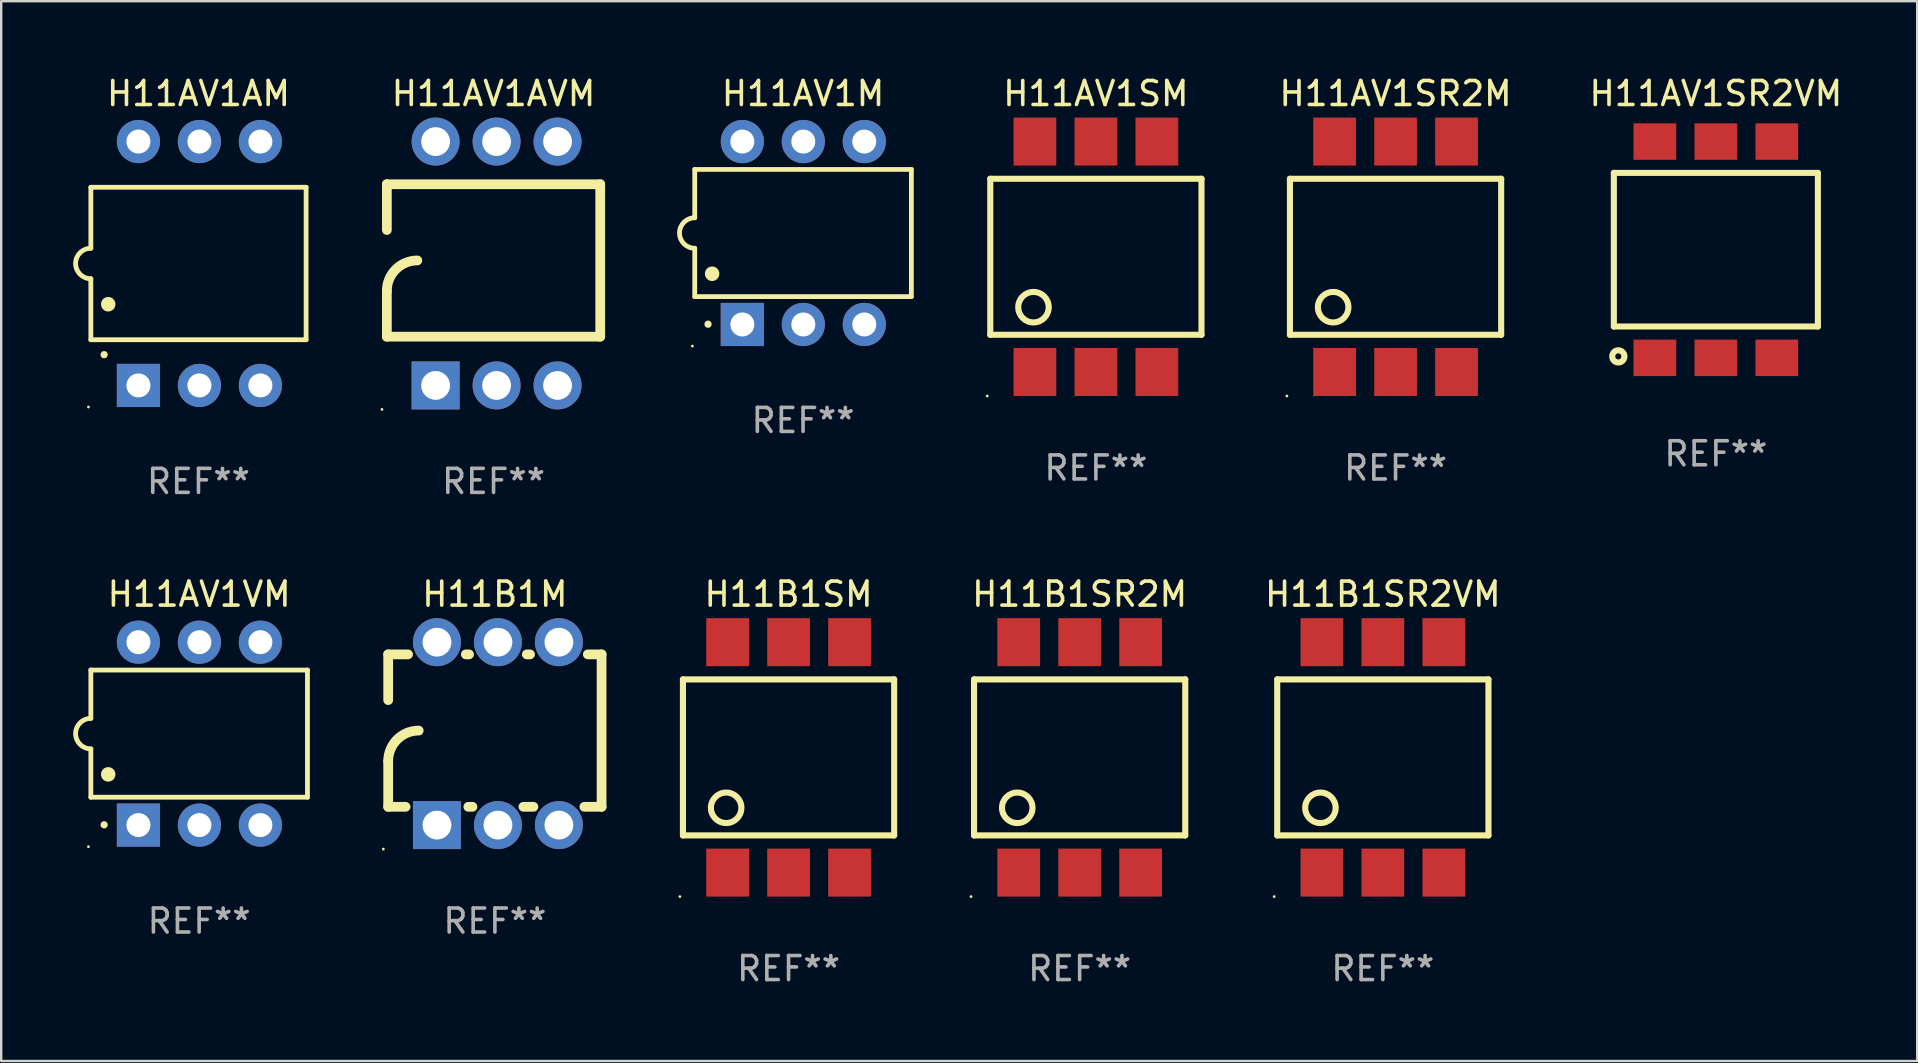
<source format=kicad_pcb>
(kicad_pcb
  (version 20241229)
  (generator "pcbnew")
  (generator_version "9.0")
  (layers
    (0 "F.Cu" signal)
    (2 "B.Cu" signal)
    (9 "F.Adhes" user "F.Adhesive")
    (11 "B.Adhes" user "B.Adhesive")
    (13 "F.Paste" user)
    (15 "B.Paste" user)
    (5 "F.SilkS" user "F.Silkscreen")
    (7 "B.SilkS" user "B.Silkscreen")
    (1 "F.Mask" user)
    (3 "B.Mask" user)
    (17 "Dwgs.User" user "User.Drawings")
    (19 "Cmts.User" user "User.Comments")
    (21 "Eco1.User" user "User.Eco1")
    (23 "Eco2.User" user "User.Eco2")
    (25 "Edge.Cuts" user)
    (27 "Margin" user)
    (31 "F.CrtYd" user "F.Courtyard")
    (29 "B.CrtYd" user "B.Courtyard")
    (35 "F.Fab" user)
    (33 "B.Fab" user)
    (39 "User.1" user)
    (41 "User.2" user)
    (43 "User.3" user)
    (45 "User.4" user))
  (footprint "H11AV1AVM"
    (layer "F.Cu")
    (at 17.512 7.928)
    (property "Reference" "H11AV1AVM" (at 0 -7.08 0) (layer "F.SilkS") (effects (font (size 1 1) (thickness 0.15))))
    (attr through_hole)
    (fp_line (start -4.445 -3.302) (end 4.445 -3.302) (stroke (width 0.406) (type solid)) (layer "F.SilkS"))
    (fp_line (start -4.445 -1.397) (end -4.445 -3.302) (stroke (width 0.406) (type solid)) (layer "F.SilkS"))
    (fp_line (start -4.445 3.048) (end -4.445 1.143) (stroke (width 0.406) (type solid)) (layer "F.SilkS"))
    (fp_line (start -4.445 3.048) (end 4.445 3.048) (stroke (width 0.406) (type solid)) (layer "F.SilkS"))
    (fp_line (start 4.445 -3.302) (end 4.445 3.048) (stroke (width 0.406) (type solid)) (layer "F.SilkS"))
    (fp_arc (start -4.444983 1.143002) (mid -4.073008 0.244974) (end -3.17498 -0.127) (stroke (width 0.4064) (type solid)) (layer "F.SilkS"))
    (fp_circle (center -4.648 6.08) (end -4.618 6.08) (stroke (width 0.06) (type solid)) (fill no) (layer "F.SilkS"))
    (fp_text user "REF**" (at 0 9.08 0) (layer "F.Fab") (effects (font (size 1 1) (thickness 0.15))))
    (pad "1" thru_hole rect (at -2.413 5.08 90) (size 2 2) (drill 1.2) (layers "*.Cu" "*.Mask"))
    (pad "2" thru_hole circle (at 0.127 5.08) (size 2 2) (drill 1.2) (layers "*.Cu" "*.Mask"))
    (pad "3" thru_hole circle (at 2.667 5.08) (size 2 2) (drill 1.2) (layers "*.Cu" "*.Mask"))
    (pad "4" thru_hole circle (at 2.667 -5.08) (size 2 2) (drill 1.2) (layers "*.Cu" "*.Mask"))
    (pad "5" thru_hole circle (at 0.127 -5.08) (size 2 2) (drill 1.2) (layers "*.Cu" "*.Mask"))
    (pad "6" thru_hole circle (at -2.413 -5.08) (size 2 2) (drill 1.2) (layers "*.Cu" "*.Mask")))
  (footprint "H11AV1SR2M"
    (layer "F.Cu")
    (at 55.092 7.648)
    (property "Reference" "H11AV1SR2M" (at 0 -6.8 0) (layer "F.SilkS") (effects (font (size 1 1) (thickness 0.15))))
    (attr through_hole)
    (fp_line (start -4.4 -3.25) (end -4.4 3.25) (stroke (width 0.254) (type solid)) (layer "F.SilkS"))
    (fp_line (start -4.4 -3.25) (end 4.4 -3.25) (stroke (width 0.254) (type solid)) (layer "F.SilkS"))
    (fp_line (start 4.4 3.25) (end -4.4 3.25) (stroke (width 0.254) (type solid)) (layer "F.SilkS"))
    (fp_line (start 4.4 3.25) (end 4.4 -3.25) (stroke (width 0.254) (type solid)) (layer "F.SilkS"))
    (fp_circle (center -4.527 5.8) (end -4.497 5.8) (stroke (width 0.06) (type solid)) (fill no) (layer "F.SilkS"))
    (fp_circle (center -2.6 2.1) (end -1.965 2.1) (stroke (width 0.254) (type solid)) (fill no) (layer "F.SilkS"))
    (fp_text user "REF**" (at 0 8.8 0) (layer "F.Fab") (effects (font (size 1 1) (thickness 0.15))))
    (pad "1" smd rect (at -2.539 4.8) (size 1.78 2) (layers "F.Cu" "F.Mask" "F.Paste"))
    (pad "2" smd rect (at 0.001 4.8) (size 1.78 2) (layers "F.Cu" "F.Mask" "F.Paste"))
    (pad "3" smd rect (at 2.541 4.8) (size 1.78 2) (layers "F.Cu" "F.Mask" "F.Paste"))
    (pad "4" smd rect (at 2.541 -4.8) (size 1.78 2) (layers "F.Cu" "F.Mask" "F.Paste"))
    (pad "5" smd rect (at 0.001 -4.8) (size 1.78 2) (layers "F.Cu" "F.Mask" "F.Paste"))
    (pad "6" smd rect (at -2.539 -4.8) (size 1.78 2) (layers "F.Cu" "F.Mask" "F.Paste")))
  (footprint "H11B1SR2M"
    (layer "F.Cu")
    (at 41.931 28.505)
    (property "Reference" "H11B1SR2M" (at 0 -6.8 0) (layer "F.SilkS") (effects (font (size 1 1) (thickness 0.15))))
    (attr through_hole)
    (fp_line (start -4.4 -3.25) (end -4.4 3.25) (stroke (width 0.254) (type solid)) (layer "F.SilkS"))
    (fp_line (start -4.4 -3.25) (end 4.4 -3.25) (stroke (width 0.254) (type solid)) (layer "F.SilkS"))
    (fp_line (start 4.4 3.25) (end -4.4 3.25) (stroke (width 0.254) (type solid)) (layer "F.SilkS"))
    (fp_line (start 4.4 3.25) (end 4.4 -3.25) (stroke (width 0.254) (type solid)) (layer "F.SilkS"))
    (fp_circle (center -4.527 5.8) (end -4.497 5.8) (stroke (width 0.06) (type solid)) (fill no) (layer "F.SilkS"))
    (fp_circle (center -2.6 2.1) (end -1.965 2.1) (stroke (width 0.254) (type solid)) (fill no) (layer "F.SilkS"))
    (fp_text user "REF**" (at 0 8.8 0) (layer "F.Fab") (effects (font (size 1 1) (thickness 0.15))))
    (pad "1" smd rect (at -2.539 4.8) (size 1.78 2) (layers "F.Cu" "F.Mask" "F.Paste"))
    (pad "2" smd rect (at 0.001 4.8) (size 1.78 2) (layers "F.Cu" "F.Mask" "F.Paste"))
    (pad "3" smd rect (at 2.541 4.8) (size 1.78 2) (layers "F.Cu" "F.Mask" "F.Paste"))
    (pad "4" smd rect (at 2.541 -4.8) (size 1.78 2) (layers "F.Cu" "F.Mask" "F.Paste"))
    (pad "5" smd rect (at 0.001 -4.8) (size 1.78 2) (layers "F.Cu" "F.Mask" "F.Paste"))
    (pad "6" smd rect (at -2.539 -4.8) (size 1.78 2) (layers "F.Cu" "F.Mask" "F.Paste")))
  (footprint "H11B1SR2VM"
    (layer "F.Cu")
    (at 54.562 28.505)
    (property "Reference" "H11B1SR2VM" (at 0 -6.8 0) (layer "F.SilkS") (effects (font (size 1 1) (thickness 0.15))))
    (attr through_hole)
    (fp_line (start -4.4 -3.25) (end -4.4 3.25) (stroke (width 0.254) (type solid)) (layer "F.SilkS"))
    (fp_line (start -4.4 -3.25) (end 4.4 -3.25) (stroke (width 0.254) (type solid)) (layer "F.SilkS"))
    (fp_line (start 4.4 3.25) (end -4.4 3.25) (stroke (width 0.254) (type solid)) (layer "F.SilkS"))
    (fp_line (start 4.4 3.25) (end 4.4 -3.25) (stroke (width 0.254) (type solid)) (layer "F.SilkS"))
    (fp_circle (center -4.527 5.8) (end -4.497 5.8) (stroke (width 0.06) (type solid)) (fill no) (layer "F.SilkS"))
    (fp_circle (center -2.6 2.1) (end -1.965 2.1) (stroke (width 0.254) (type solid)) (fill no) (layer "F.SilkS"))
    (fp_text user "REF**" (at 0 8.8 0) (layer "F.Fab") (effects (font (size 1 1) (thickness 0.15))))
    (pad "1" smd rect (at -2.539 4.8) (size 1.78 2) (layers "F.Cu" "F.Mask" "F.Paste"))
    (pad "2" smd rect (at 0.001 4.8) (size 1.78 2) (layers "F.Cu" "F.Mask" "F.Paste"))
    (pad "3" smd rect (at 2.541 4.8) (size 1.78 2) (layers "F.Cu" "F.Mask" "F.Paste"))
    (pad "4" smd rect (at 2.541 -4.8) (size 1.78 2) (layers "F.Cu" "F.Mask" "F.Paste"))
    (pad "5" smd rect (at 0.001 -4.8) (size 1.78 2) (layers "F.Cu" "F.Mask" "F.Paste"))
    (pad "6" smd rect (at -2.539 -4.8) (size 1.78 2) (layers "F.Cu" "F.Mask" "F.Paste")))
  (footprint "H11AV1VM"
    (layer "F.Cu")
    (at 5.247 27.515)
    (property "Reference" "H11AV1VM" (at 0 -5.81 0) (layer "F.SilkS") (effects (font (size 1 1) (thickness 0.15))))
    (attr through_hole)
    (fp_line (start -4.512 -2.649) (end 4.512 -2.649) (stroke (width 0.2) (type solid)) (layer "F.SilkS"))
    (fp_line (start -4.512 -0.635) (end -4.512 -2.649) (stroke (width 0.2) (type solid)) (layer "F.SilkS"))
    (fp_line (start -4.512 2.649) (end -4.512 0.635) (stroke (width 0.2) (type solid)) (layer "F.SilkS"))
    (fp_line (start 4.512 -2.649) (end 4.512 2.649) (stroke (width 0.2) (type solid)) (layer "F.SilkS"))
    (fp_line (start 4.512 2.649) (end -4.512 2.649) (stroke (width 0.2) (type solid)) (layer "F.SilkS"))
    (fp_arc (start -4.512319 0.635001) (mid -5.14732 0) (end -4.512319 -0.635001) (stroke (width 0.2) (type solid)) (layer "F.SilkS"))
    (fp_arc (start -3.958598 3.799848) (mid -3.958603 3.798578) (end -3.958598 3.797308) (stroke (width 0.3) (type solid)) (layer "F.SilkS"))
    (fp_arc (start -3.788418 1.699263) (mid -3.788429 1.696723) (end -3.788418 1.694183) (stroke (width 0.6) (type solid)) (layer "F.SilkS"))
    (fp_circle (center -4.612 4.71) (end -4.582 4.71) (stroke (width 0.06) (type solid)) (fill no) (layer "F.SilkS"))
    (fp_text user "REF**" (at 0 7.81 0) (layer "F.Fab") (effects (font (size 1 1) (thickness 0.15))))
    (pad "1" thru_hole rect (at -2.529 3.81 90) (size 1.8 1.8) (drill 1) (layers "*.Cu" "*.Mask"))
    (pad "2" thru_hole circle (at 0.011 3.81) (size 1.8 1.8) (drill 1) (layers "*.Cu" "*.Mask"))
    (pad "3" thru_hole circle (at 2.551 3.81) (size 1.8 1.8) (drill 1) (layers "*.Cu" "*.Mask"))
    (pad "4" thru_hole circle (at 2.551 -3.81) (size 1.8 1.8) (drill 1) (layers "*.Cu" "*.Mask"))
    (pad "5" thru_hole circle (at 0.011 -3.81) (size 1.8 1.8) (drill 1) (layers "*.Cu" "*.Mask"))
    (pad "6" thru_hole circle (at -2.529 -3.81) (size 1.8 1.8) (drill 1) (layers "*.Cu" "*.Mask")))
  (footprint "H11AV1AM"
    (layer "F.Cu")
    (at 5.219 7.928)
    (property "Reference" "H11AV1AM" (at 0 -7.08 0) (layer "F.SilkS") (effects (font (size 1 1) (thickness 0.15))))
    (attr through_hole)
    (fp_line (start -4.484 -3.175) (end 4.484 -3.175) (stroke (width 0.2) (type solid)) (layer "F.SilkS"))
    (fp_line (start -4.484 -0.635) (end -4.484 -3.175) (stroke (width 0.2) (type solid)) (layer "F.SilkS"))
    (fp_line (start -4.484 0.635) (end -4.484 3.175) (stroke (width 0.2) (type solid)) (layer "F.SilkS"))
    (fp_line (start -4.484 3.175) (end 4.484 3.175) (stroke (width 0.2) (type solid)) (layer "F.SilkS"))
    (fp_line (start 4.484 -3.175) (end 4.484 3.175) (stroke (width 0.2) (type solid)) (layer "F.SilkS"))
    (fp_arc (start -4.484379 0.635001) (mid -5.11938 0) (end -4.484379 -0.635001) (stroke (width 0.2) (type solid)) (layer "F.SilkS"))
    (fp_arc (start -3.930658 3.799848) (mid -3.930663 3.798578) (end -3.930658 3.797308) (stroke (width 0.3) (type solid)) (layer "F.SilkS"))
    (fp_arc (start -3.760478 1.699263) (mid -3.760489 1.696723) (end -3.760478 1.694183) (stroke (width 0.6) (type solid)) (layer "F.SilkS"))
    (fp_circle (center -4.584 5.98) (end -4.554 5.98) (stroke (width 0.06) (type solid)) (fill no) (layer "F.SilkS"))
    (fp_text user "REF**" (at 0 9.08 0) (layer "F.Fab") (effects (font (size 1 1) (thickness 0.15))))
    (pad "1" thru_hole rect (at -2.501 5.08 90) (size 1.8 1.8) (drill 1) (layers "*.Cu" "*.Mask"))
    (pad "2" thru_hole circle (at 0.039 5.08) (size 1.8 1.8) (drill 1) (layers "*.Cu" "*.Mask"))
    (pad "3" thru_hole circle (at 2.579 5.08) (size 1.8 1.8) (drill 1) (layers "*.Cu" "*.Mask"))
    (pad "4" thru_hole circle (at 2.579 -5.08) (size 1.8 1.8) (drill 1) (layers "*.Cu" "*.Mask"))
    (pad "5" thru_hole circle (at 0.039 -5.08) (size 1.8 1.8) (drill 1) (layers "*.Cu" "*.Mask"))
    (pad "6" thru_hole circle (at -2.501 -5.08) (size 1.8 1.8) (drill 1) (layers "*.Cu" "*.Mask")))
  (footprint "H11B1M"
    (layer "F.Cu")
    (at 17.568 27.515)
    (property "Reference" "H11B1M" (at 0 -5.81 0) (layer "F.SilkS") (effects (font (size 1 1) (thickness 0.15))))
    (attr through_hole)
    (fp_line (start -4.445 -1.397) (end -4.445 -3.302) (stroke (width 0.406) (type solid)) (layer "F.SilkS"))
    (fp_line (start -4.445 3.048) (end -4.445 1.143) (stroke (width 0.406) (type solid)) (layer "F.SilkS"))
    (fp_line (start -4.445 3.048) (end -3.72 3.048) (stroke (width 0.406) (type solid)) (layer "F.SilkS"))
    (fp_line (start -3.617 -3.302) (end -4.445 -3.302) (stroke (width 0.406) (type solid)) (layer "F.SilkS"))
    (fp_line (start -1.106 3.048) (end -0.935 3.048) (stroke (width 0.406) (type solid)) (layer "F.SilkS"))
    (fp_line (start -1.077 -3.302) (end -1.209 -3.302) (stroke (width 0.406) (type solid)) (layer "F.SilkS"))
    (fp_line (start 1.189 3.048) (end 1.605 3.048) (stroke (width 0.406) (type solid)) (layer "F.SilkS"))
    (fp_line (start 1.463 -3.302) (end 1.331 -3.302) (stroke (width 0.406) (type solid)) (layer "F.SilkS"))
    (fp_line (start 3.729 3.048) (end 4.445 3.048) (stroke (width 0.406) (type solid)) (layer "F.SilkS"))
    (fp_line (start 4.445 -3.302) (end 3.871 -3.302) (stroke (width 0.406) (type solid)) (layer "F.SilkS"))
    (fp_line (start 4.445 -3.302) (end 4.445 3.048) (stroke (width 0.406) (type solid)) (layer "F.SilkS"))
    (fp_arc (start -4.444983 1.143002) (mid -4.073008 0.244974) (end -3.17498 -0.127) (stroke (width 0.4064) (type solid)) (layer "F.SilkS"))
    (fp_circle (center -4.648 4.81) (end -4.618 4.81) (stroke (width 0.06) (type solid)) (fill no) (layer "F.SilkS"))
    (fp_text user "REF**" (at 0 7.81 0) (layer "F.Fab") (effects (font (size 1 1) (thickness 0.15))))
    (pad "1" thru_hole rect (at -2.413 3.81 90) (size 2 2) (drill 1.2) (layers "*.Cu" "*.Mask"))
    (pad "2" thru_hole circle (at 0.127 3.81) (size 2 2) (drill 1.2) (layers "*.Cu" "*.Mask"))
    (pad "3" thru_hole circle (at 2.667 3.81) (size 2 2) (drill 1.2) (layers "*.Cu" "*.Mask"))
    (pad "4" thru_hole circle (at 2.667 -3.81) (size 2 2) (drill 1.2) (layers "*.Cu" "*.Mask"))
    (pad "5" thru_hole circle (at 0.127 -3.81) (size 2 2) (drill 1.2) (layers "*.Cu" "*.Mask"))
    (pad "6" thru_hole circle (at -2.413 -3.81) (size 2 2) (drill 1.2) (layers "*.Cu" "*.Mask")))
  (footprint "H11AV1SR2VM"
    (layer "F.Cu")
    (at 68.437 7.353)
    (property "Reference" "H11AV1SR2VM" (at 0 -6.505 0) (layer "F.SilkS") (effects (font (size 1 1) (thickness 0.15))))
    (attr through_hole)
    (fp_line (start -4.25 3.2) (end -4.25 -3.2) (stroke (width 0.254) (type solid)) (layer "F.SilkS"))
    (fp_line (start -4.25 -3.2) (end 4.25 -3.2) (stroke (width 0.254) (type solid)) (layer "F.SilkS"))
    (fp_line (start 4.25 3.2) (end -4.25 3.2) (stroke (width 0.254) (type solid)) (layer "F.SilkS"))
    (fp_line (start 4.25 3.2) (end 4.25 -3.2) (stroke (width 0.254) (type solid)) (layer "F.SilkS"))
    (fp_circle (center -4.064 4.445) (end -3.81 4.445) (stroke (width 0.254) (type solid)) (fill no) (layer "F.SilkS"))
    (fp_text user "REF**" (at 0 8.505 0) (layer "F.Fab") (effects (font (size 1 1) (thickness 0.15))))
    (pad "1" smd rect (at -2.54 4.505) (size 1.78 1.52) (layers "F.Cu" "F.Mask" "F.Paste"))
    (pad "2" smd rect (at 0 4.505) (size 1.78 1.52) (layers "F.Cu" "F.Mask" "F.Paste"))
    (pad "3" smd rect (at 2.54 4.505) (size 1.78 1.52) (layers "F.Cu" "F.Mask" "F.Paste"))
    (pad "4" smd rect (at 2.54 -4.505) (size 1.78 1.52) (layers "F.Cu" "F.Mask" "F.Paste"))
    (pad "5" smd rect (at 0 -4.505) (size 1.78 1.52) (layers "F.Cu" "F.Mask" "F.Paste"))
    (pad "6" smd rect (at -2.54 -4.505) (size 1.78 1.52) (layers "F.Cu" "F.Mask" "F.Paste")))
  (footprint "H11AV1M"
    (layer "F.Cu")
    (at 30.407 6.658)
    (property "Reference" "H11AV1M" (at 0 -5.81 0) (layer "F.SilkS") (effects (font (size 1 1) (thickness 0.15))))
    (attr through_hole)
    (fp_line (start -4.512 -2.649) (end 4.512 -2.649) (stroke (width 0.2) (type solid)) (layer "F.SilkS"))
    (fp_line (start -4.512 -0.635) (end -4.512 -2.649) (stroke (width 0.2) (type solid)) (layer "F.SilkS"))
    (fp_line (start -4.512 2.649) (end -4.512 0.635) (stroke (width 0.2) (type solid)) (layer "F.SilkS"))
    (fp_line (start 4.512 -2.649) (end 4.512 2.649) (stroke (width 0.2) (type solid)) (layer "F.SilkS"))
    (fp_line (start 4.512 2.649) (end -4.512 2.649) (stroke (width 0.2) (type solid)) (layer "F.SilkS"))
    (fp_arc (start -4.512319 0.635001) (mid -5.14732 0) (end -4.512319 -0.635001) (stroke (width 0.2) (type solid)) (layer "F.SilkS"))
    (fp_arc (start -3.958598 3.799848) (mid -3.958603 3.798578) (end -3.958598 3.797308) (stroke (width 0.3) (type solid)) (layer "F.SilkS"))
    (fp_arc (start -3.788418 1.699263) (mid -3.788429 1.696723) (end -3.788418 1.694183) (stroke (width 0.6) (type solid)) (layer "F.SilkS"))
    (fp_circle (center -4.612 4.71) (end -4.582 4.71) (stroke (width 0.06) (type solid)) (fill no) (layer "F.SilkS"))
    (fp_text user "REF**" (at 0 7.81 0) (layer "F.Fab") (effects (font (size 1 1) (thickness 0.15))))
    (pad "1" thru_hole rect (at -2.529 3.81 90) (size 1.8 1.8) (drill 1) (layers "*.Cu" "*.Mask"))
    (pad "2" thru_hole circle (at 0.011 3.81) (size 1.8 1.8) (drill 1) (layers "*.Cu" "*.Mask"))
    (pad "3" thru_hole circle (at 2.551 3.81) (size 1.8 1.8) (drill 1) (layers "*.Cu" "*.Mask"))
    (pad "4" thru_hole circle (at 2.551 -3.81) (size 1.8 1.8) (drill 1) (layers "*.Cu" "*.Mask"))
    (pad "5" thru_hole circle (at 0.011 -3.81) (size 1.8 1.8) (drill 1) (layers "*.Cu" "*.Mask"))
    (pad "6" thru_hole circle (at -2.529 -3.81) (size 1.8 1.8) (drill 1) (layers "*.Cu" "*.Mask")))
  (footprint "H11B1SM"
    (layer "F.Cu")
    (at 29.803 28.505)
    (property "Reference" "H11B1SM" (at 0 -6.8 0) (layer "F.SilkS") (effects (font (size 1 1) (thickness 0.15))))
    (attr through_hole)
    (fp_line (start -4.4 -3.25) (end -4.4 3.25) (stroke (width 0.254) (type solid)) (layer "F.SilkS"))
    (fp_line (start -4.4 -3.25) (end 4.4 -3.25) (stroke (width 0.254) (type solid)) (layer "F.SilkS"))
    (fp_line (start 4.4 3.25) (end -4.4 3.25) (stroke (width 0.254) (type solid)) (layer "F.SilkS"))
    (fp_line (start 4.4 3.25) (end 4.4 -3.25) (stroke (width 0.254) (type solid)) (layer "F.SilkS"))
    (fp_circle (center -4.527 5.8) (end -4.497 5.8) (stroke (width 0.06) (type solid)) (fill no) (layer "F.SilkS"))
    (fp_circle (center -2.6 2.1) (end -1.965 2.1) (stroke (width 0.254) (type solid)) (fill no) (layer "F.SilkS"))
    (fp_text user "REF**" (at 0 8.8 0) (layer "F.Fab") (effects (font (size 1 1) (thickness 0.15))))
    (pad "1" smd rect (at -2.539 4.8) (size 1.78 2) (layers "F.Cu" "F.Mask" "F.Paste"))
    (pad "2" smd rect (at 0.001 4.8) (size 1.78 2) (layers "F.Cu" "F.Mask" "F.Paste"))
    (pad "3" smd rect (at 2.541 4.8) (size 1.78 2) (layers "F.Cu" "F.Mask" "F.Paste"))
    (pad "4" smd rect (at 2.541 -4.8) (size 1.78 2) (layers "F.Cu" "F.Mask" "F.Paste"))
    (pad "5" smd rect (at 0.001 -4.8) (size 1.78 2) (layers "F.Cu" "F.Mask" "F.Paste"))
    (pad "6" smd rect (at -2.539 -4.8) (size 1.78 2) (layers "F.Cu" "F.Mask" "F.Paste")))
  (footprint "H11AV1SM"
    (layer "F.Cu")
    (at 42.607 7.648)
    (property "Reference" "H11AV1SM" (at 0 -6.8 0) (layer "F.SilkS") (effects (font (size 1 1) (thickness 0.15))))
    (attr through_hole)
    (fp_line (start -4.4 -3.25) (end -4.4 3.25) (stroke (width 0.254) (type solid)) (layer "F.SilkS"))
    (fp_line (start -4.4 -3.25) (end 4.4 -3.25) (stroke (width 0.254) (type solid)) (layer "F.SilkS"))
    (fp_line (start 4.4 3.25) (end -4.4 3.25) (stroke (width 0.254) (type solid)) (layer "F.SilkS"))
    (fp_line (start 4.4 3.25) (end 4.4 -3.25) (stroke (width 0.254) (type solid)) (layer "F.SilkS"))
    (fp_circle (center -4.527 5.8) (end -4.497 5.8) (stroke (width 0.06) (type solid)) (fill no) (layer "F.SilkS"))
    (fp_circle (center -2.6 2.1) (end -1.965 2.1) (stroke (width 0.254) (type solid)) (fill no) (layer "F.SilkS"))
    (fp_text user "REF**" (at 0 8.8 0) (layer "F.Fab") (effects (font (size 1 1) (thickness 0.15))))
    (pad "1" smd rect (at -2.539 4.8) (size 1.78 2) (layers "F.Cu" "F.Mask" "F.Paste"))
    (pad "2" smd rect (at 0.001 4.8) (size 1.78 2) (layers "F.Cu" "F.Mask" "F.Paste"))
    (pad "3" smd rect (at 2.541 4.8) (size 1.78 2) (layers "F.Cu" "F.Mask" "F.Paste"))
    (pad "4" smd rect (at 2.541 -4.8) (size 1.78 2) (layers "F.Cu" "F.Mask" "F.Paste"))
    (pad "5" smd rect (at 0.001 -4.8) (size 1.78 2) (layers "F.Cu" "F.Mask" "F.Paste"))
    (pad "6" smd rect (at -2.539 -4.8) (size 1.78 2) (layers "F.Cu" "F.Mask" "F.Paste")))
  (gr_rect
    (start -3 -3)
    (end 76.824 41.153)
    (stroke (width 0.1) (type default))
    (fill no)
    (layer "Edge.Cuts")))
</source>
